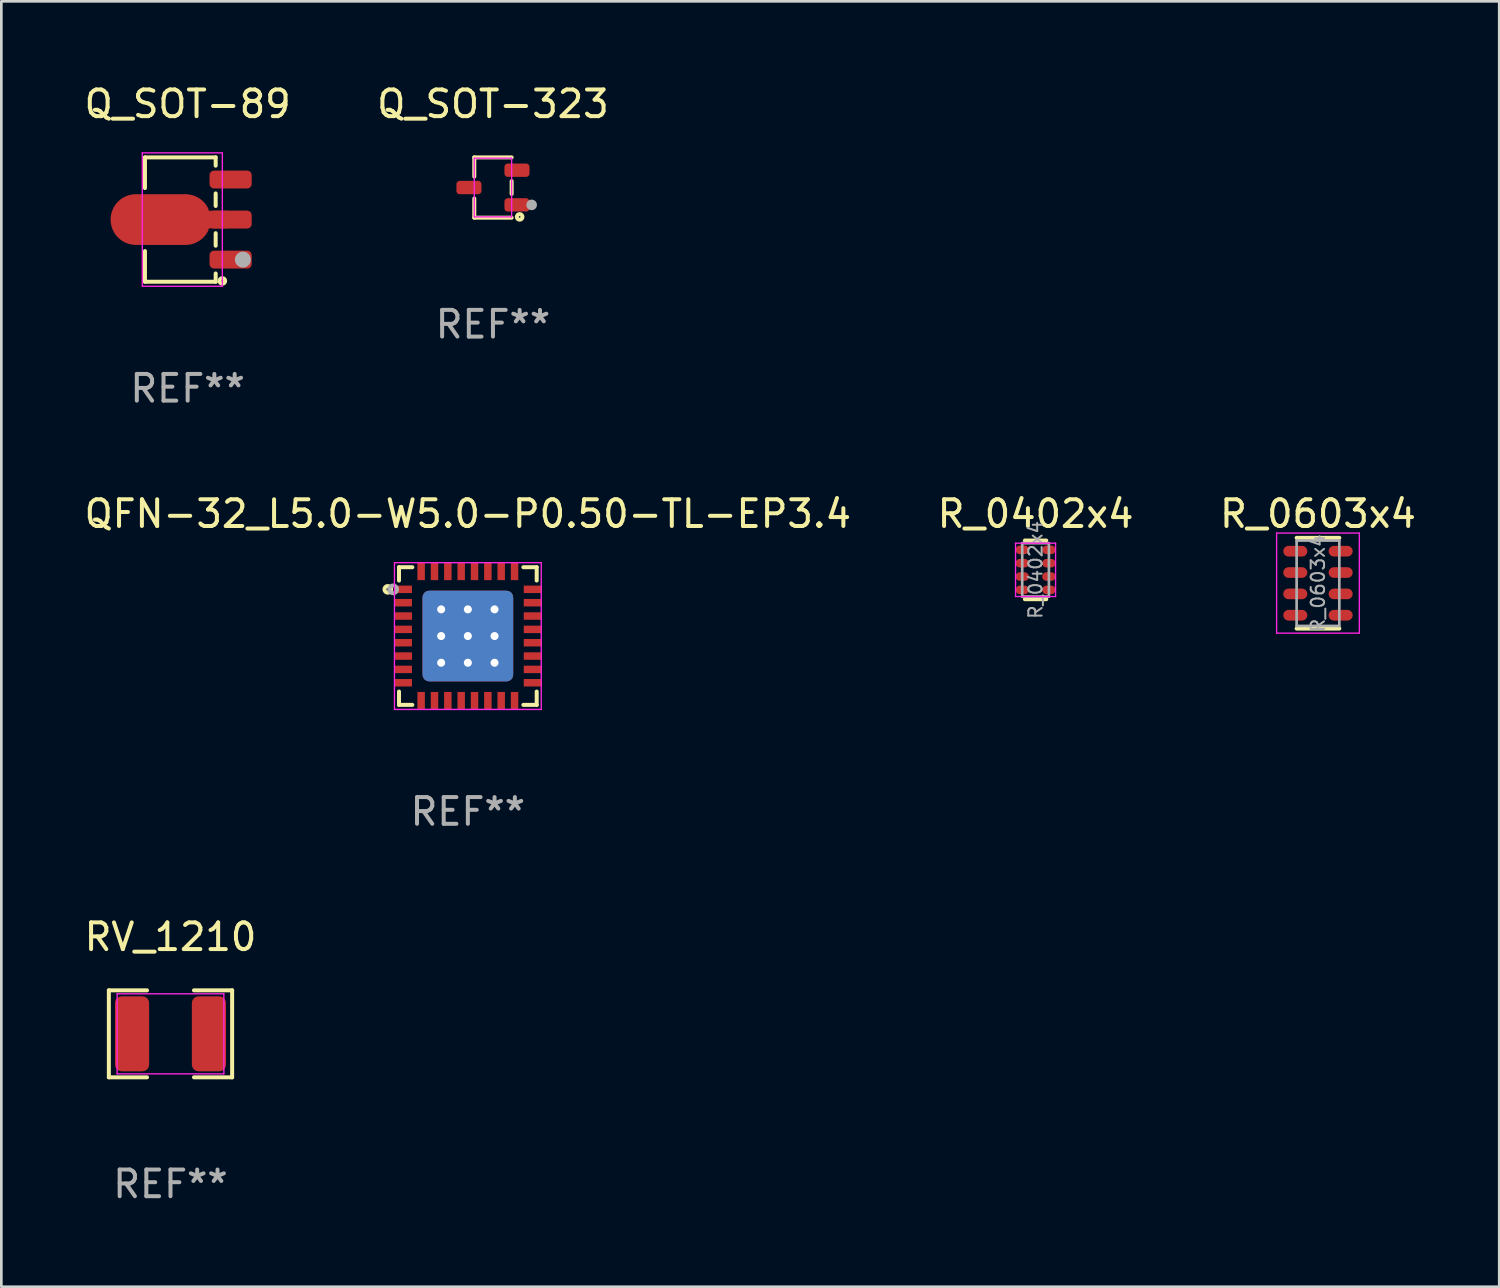
<source format=kicad_pcb>
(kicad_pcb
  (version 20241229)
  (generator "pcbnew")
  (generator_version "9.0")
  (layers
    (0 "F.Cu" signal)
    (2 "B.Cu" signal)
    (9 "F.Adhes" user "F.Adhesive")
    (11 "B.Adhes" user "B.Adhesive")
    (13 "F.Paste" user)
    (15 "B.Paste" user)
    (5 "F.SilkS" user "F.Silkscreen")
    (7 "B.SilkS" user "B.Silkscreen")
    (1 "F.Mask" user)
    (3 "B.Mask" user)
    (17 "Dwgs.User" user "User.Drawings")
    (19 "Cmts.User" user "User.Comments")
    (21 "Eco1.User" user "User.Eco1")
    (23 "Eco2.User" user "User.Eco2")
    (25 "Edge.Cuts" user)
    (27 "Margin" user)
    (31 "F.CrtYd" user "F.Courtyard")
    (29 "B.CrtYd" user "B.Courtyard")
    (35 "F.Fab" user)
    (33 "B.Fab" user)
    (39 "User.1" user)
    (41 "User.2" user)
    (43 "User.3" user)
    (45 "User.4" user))
  (footprint "Q_SOT-323"
    (layer "F.Cu")
    (at 15.423 3.978)
    (property "Reference" "Q_SOT-323" (at 0 -3.13 0) (layer "F.SilkS") (effects (font (size 1 1) (thickness 0.15))))
    (attr smd)
    (fp_line (start -0.7 -1.13) (end -0.7 -0.41) (stroke (width 0.15) (type solid)) (layer "F.SilkS"))
    (fp_line (start -0.7 1.13) (end -0.7 0.41) (stroke (width 0.15) (type solid)) (layer "F.SilkS"))
    (fp_line (start 0.7 -1.13) (end -0.7 -1.13) (stroke (width 0.15) (type solid)) (layer "F.SilkS"))
    (fp_line (start 0.7 -0.24) (end 0.7 0.24) (stroke (width 0.15) (type solid)) (layer "F.SilkS"))
    (fp_line (start 0.7 1.13) (end -0.7 1.13) (stroke (width 0.15) (type solid)) (layer "F.SilkS"))
    (fp_circle (center 1 1.1) (end 1.03 1.1) (stroke (width 0.15) (type solid)) (fill no) (layer "F.SilkS"))
    (fp_line (start -0.7 -1.1) (end 0.7 -1.1) (stroke (width 0.05) (type default)) (layer "F.CrtYd"))
    (fp_line (start -0.7 1.1) (end -0.7 -1.1) (stroke (width 0.05) (type default)) (layer "F.CrtYd"))
    (fp_line (start 0.7 -1.1) (end 0.7 1.1) (stroke (width 0.05) (type default)) (layer "F.CrtYd"))
    (fp_line (start 0.7 1.1) (end -0.7 1.1) (stroke (width 0.05) (type default)) (layer "F.CrtYd"))
    (fp_circle (center 1.45 0.65) (end 1.55 0.65) (stroke (width 0.2) (type solid)) (fill no) (layer "F.Fab"))
    (fp_text user "REF**" (at 0 5.13 0) (layer "F.Fab") (effects (font (size 1 1) (thickness 0.15))))
    (pad "1" smd roundrect (at 0.9 0.65) (size 0.94 0.5) (layers "F.Cu" "F.Mask" "F.Paste") (roundrect_rratio 0.25))
    (pad "2" smd roundrect (at 0.9 -0.65) (size 0.94 0.5) (layers "F.Cu" "F.Mask" "F.Paste") (roundrect_rratio 0.25))
    (pad "3" smd roundrect (at -0.9 0) (size 0.94 0.5) (layers "F.Cu" "F.Mask" "F.Paste") (roundrect_rratio 0.25)))
  (footprint "R_0603x4"
    (layer "F.Cu")
    (at 46.339 18.805)
    (property "Reference" "R_0603x4" (at 0 -2.6 0) (layer "F.SilkS") (effects (font (size 1 1) (thickness 0.15))))
    (attr smd)
    (fp_line (start -0.8 -1.7) (end 0.8 -1.7) (stroke (width 0.15) (type default)) (layer "F.SilkS"))
    (fp_line (start -0.8 1.7) (end 0.8 1.7) (stroke (width 0.15) (type default)) (layer "F.SilkS"))
    (fp_line (start -1.55 -1.88) (end -1.55 1.87) (stroke (width 0.05) (type solid)) (layer "F.CrtYd"))
    (fp_line (start -1.55 -1.88) (end 1.55 -1.88) (stroke (width 0.05) (type solid)) (layer "F.CrtYd"))
    (fp_line (start 1.55 1.87) (end -1.55 1.87) (stroke (width 0.05) (type solid)) (layer "F.CrtYd"))
    (fp_line (start 1.55 1.87) (end 1.55 -1.88) (stroke (width 0.05) (type solid)) (layer "F.CrtYd"))
    (fp_line (start -0.8 -1.6) (end 0.8 -1.6) (stroke (width 0.1) (type solid)) (layer "F.Fab"))
    (fp_line (start -0.8 1.6) (end -0.8 -1.6) (stroke (width 0.1) (type solid)) (layer "F.Fab"))
    (fp_line (start 0.8 -1.6) (end 0.8 1.6) (stroke (width 0.1) (type solid)) (layer "F.Fab"))
    (fp_line (start 0.8 1.6) (end -0.8 1.6) (stroke (width 0.1) (type solid)) (layer "F.Fab"))
    (fp_text user "${REFERENCE}" (at 0 0 90) (layer "F.Fab") (effects (font (size 0.5 0.5) (thickness 0.075))))
    (pad "1" smd oval (at -0.85 -1.2) (size 0.9 0.4) (layers "F.Cu" "F.Mask" "F.Paste"))
    (pad "2" smd oval (at -0.85 -0.4) (size 0.9 0.4) (layers "F.Cu" "F.Mask" "F.Paste"))
    (pad "3" smd oval (at -0.85 0.4) (size 0.9 0.4) (layers "F.Cu" "F.Mask" "F.Paste"))
    (pad "4" smd oval (at -0.85 1.2) (size 0.9 0.4) (layers "F.Cu" "F.Mask" "F.Paste"))
    (pad "5" smd oval (at 0.85 1.2) (size 0.9 0.4) (layers "F.Cu" "F.Mask" "F.Paste"))
    (pad "6" smd oval (at 0.85 0.4) (size 0.9 0.4) (layers "F.Cu" "F.Mask" "F.Paste"))
    (pad "7" smd oval (at 0.85 -0.4) (size 0.9 0.4) (layers "F.Cu" "F.Mask" "F.Paste"))
    (pad "8" smd oval (at 0.85 -1.2) (size 0.9 0.4) (layers "F.Cu" "F.Mask" "F.Paste")))
  (footprint "QFN-32_L5.0-W5.0-P0.50-TL-EP3.4"
    (layer "F.Cu")
    (at 14.482 20.785)
    (property "Reference" "QFN-32_L5.0-W5.0-P0.50-TL-EP3.4" (at 0 -4.58 0) (layer "F.SilkS") (effects (font (size 1 1) (thickness 0.15))))
    (attr smd)
    (fp_line (start -2.58 -2.58) (end -2.58 -2.08) (stroke (width 0.15) (type solid)) (layer "F.SilkS"))
    (fp_line (start -2.58 2.58) (end -2.58 2.08) (stroke (width 0.15) (type solid)) (layer "F.SilkS"))
    (fp_line (start -2.08 -2.58) (end -2.58 -2.58) (stroke (width 0.15) (type solid)) (layer "F.SilkS"))
    (fp_line (start -2.08 2.58) (end -2.58 2.58) (stroke (width 0.15) (type solid)) (layer "F.SilkS"))
    (fp_line (start 2.08 -2.58) (end 2.58 -2.58) (stroke (width 0.15) (type solid)) (layer "F.SilkS"))
    (fp_line (start 2.08 2.58) (end 2.58 2.58) (stroke (width 0.15) (type solid)) (layer "F.SilkS"))
    (fp_line (start 2.58 -2.58) (end 2.58 -2.08) (stroke (width 0.15) (type solid)) (layer "F.SilkS"))
    (fp_line (start 2.58 2.58) (end 2.58 2.08) (stroke (width 0.15) (type solid)) (layer "F.SilkS"))
    (fp_circle (center -3 -1.75) (end -2.95 -1.75) (stroke (width 0.15) (type solid)) (fill no) (layer "F.SilkS"))
    (fp_line (start -2.75 -2.75) (end 2.75 -2.75) (stroke (width 0.05) (type default)) (layer "F.CrtYd"))
    (fp_line (start -2.75 2.75) (end -2.75 -2.75) (stroke (width 0.05) (type default)) (layer "F.CrtYd"))
    (fp_line (start 2.75 -2.75) (end 2.75 2.75) (stroke (width 0.05) (type default)) (layer "F.CrtYd"))
    (fp_line (start 2.75 2.75) (end -2.75 2.75) (stroke (width 0.05) (type default)) (layer "F.CrtYd"))
    (fp_circle (center -2.8 -1.75) (end -2.73 -1.75) (stroke (width 0.15) (type solid)) (fill no) (layer "F.Fab"))
    (fp_text user "REF**" (at 0 6.58 0) (layer "F.Fab") (effects (font (size 1 1) (thickness 0.15))))
    (pad "1" smd rect (at -2.43 -1.75) (size 0.67 0.28) (layers "F.Cu" "F.Mask" "F.Paste"))
    (pad "2" smd rect (at -2.43 -1.25) (size 0.67 0.28) (layers "F.Cu" "F.Mask" "F.Paste"))
    (pad "3" smd rect (at -2.43 -0.75) (size 0.67 0.28) (layers "F.Cu" "F.Mask" "F.Paste"))
    (pad "4" smd rect (at -2.43 -0.25) (size 0.67 0.28) (layers "F.Cu" "F.Mask" "F.Paste"))
    (pad "5" smd rect (at -2.43 0.25) (size 0.67 0.28) (layers "F.Cu" "F.Mask" "F.Paste"))
    (pad "6" smd rect (at -2.43 0.75) (size 0.67 0.28) (layers "F.Cu" "F.Mask" "F.Paste"))
    (pad "7" smd rect (at -2.43 1.25) (size 0.67 0.28) (layers "F.Cu" "F.Mask" "F.Paste"))
    (pad "8" smd rect (at -2.43 1.75) (size 0.67 0.28) (layers "F.Cu" "F.Mask" "F.Paste"))
    (pad "9" smd rect (at -1.75 2.43) (size 0.28 0.67) (layers "F.Cu" "F.Mask" "F.Paste"))
    (pad "10" smd rect (at -1.25 2.43) (size 0.28 0.67) (layers "F.Cu" "F.Mask" "F.Paste"))
    (pad "11" smd rect (at -0.75 2.43) (size 0.28 0.67) (layers "F.Cu" "F.Mask" "F.Paste"))
    (pad "12" smd rect (at -0.25 2.43) (size 0.28 0.67) (layers "F.Cu" "F.Mask" "F.Paste"))
    (pad "13" smd rect (at 0.25 2.43) (size 0.28 0.67) (layers "F.Cu" "F.Mask" "F.Paste"))
    (pad "14" smd rect (at 0.75 2.43) (size 0.28 0.67) (layers "F.Cu" "F.Mask" "F.Paste"))
    (pad "15" smd rect (at 1.25 2.43) (size 0.28 0.67) (layers "F.Cu" "F.Mask" "F.Paste"))
    (pad "16" smd rect (at 1.75 2.43) (size 0.28 0.67) (layers "F.Cu" "F.Mask" "F.Paste"))
    (pad "17" smd rect (at 2.43 1.75) (size 0.67 0.28) (layers "F.Cu" "F.Mask" "F.Paste"))
    (pad "18" smd rect (at 2.43 1.25) (size 0.67 0.28) (layers "F.Cu" "F.Mask" "F.Paste"))
    (pad "19" smd rect (at 2.43 0.75) (size 0.67 0.28) (layers "F.Cu" "F.Mask" "F.Paste"))
    (pad "20" smd rect (at 2.43 0.25) (size 0.67 0.28) (layers "F.Cu" "F.Mask" "F.Paste"))
    (pad "21" smd rect (at 2.43 -0.25) (size 0.67 0.28) (layers "F.Cu" "F.Mask" "F.Paste"))
    (pad "22" smd rect (at 2.43 -0.75) (size 0.67 0.28) (layers "F.Cu" "F.Mask" "F.Paste"))
    (pad "23" smd rect (at 2.43 -1.25) (size 0.67 0.28) (layers "F.Cu" "F.Mask" "F.Paste"))
    (pad "24" smd rect (at 2.43 -1.75) (size 0.67 0.28) (layers "F.Cu" "F.Mask" "F.Paste"))
    (pad "25" smd rect (at 1.75 -2.43) (size 0.28 0.67) (layers "F.Cu" "F.Mask" "F.Paste"))
    (pad "26" smd rect (at 1.25 -2.43) (size 0.28 0.67) (layers "F.Cu" "F.Mask" "F.Paste"))
    (pad "27" smd rect (at 0.75 -2.43) (size 0.28 0.67) (layers "F.Cu" "F.Mask" "F.Paste"))
    (pad "28" smd rect (at 0.25 -2.43) (size 0.28 0.67) (layers "F.Cu" "F.Mask" "F.Paste"))
    (pad "29" smd rect (at -0.25 -2.43) (size 0.28 0.67) (layers "F.Cu" "F.Mask" "F.Paste"))
    (pad "30" smd rect (at -0.75 -2.43) (size 0.28 0.67) (layers "F.Cu" "F.Mask" "F.Paste"))
    (pad "31" smd rect (at -1.25 -2.43) (size 0.28 0.67) (layers "F.Cu" "F.Mask" "F.Paste"))
    (pad "32" smd rect (at -1.75 -2.43) (size 0.28 0.67) (layers "F.Cu" "F.Mask" "F.Paste"))
    (pad "33" thru_hole circle (at -1 -1) (size 0.5 0.5) (drill 0.3) (layers "*.Cu" "F.Mask"))
    (pad "33" thru_hole circle (at -1 0) (size 0.5 0.5) (drill 0.3) (layers "*.Cu" "F.Mask"))
    (pad "33" thru_hole circle (at -1 1) (size 0.5 0.5) (drill 0.3) (layers "*.Cu" "F.Mask"))
    (pad "33" thru_hole circle (at 0 -1) (size 0.5 0.5) (drill 0.3) (layers "*.Cu" "F.Mask"))
    (pad "33" thru_hole circle (at 0 0) (size 0.5 0.5) (drill 0.3) (layers "*.Cu" "F.Mask"))
    (pad "33" smd roundrect (at 0 0) (size 3.4 3.4) (layers "F.Cu" "F.Mask" "F.Paste") (roundrect_rratio 0.074))
    (pad "33" smd roundrect (at 0 0) (size 3.4 3.4) (layers "B.Cu") (roundrect_rratio 0.074))
    (pad "33" thru_hole circle (at 0 1) (size 0.5 0.5) (drill 0.3) (layers "*.Cu" "F.Mask"))
    (pad "33" thru_hole circle (at 1 -1) (size 0.5 0.5) (drill 0.3) (layers "*.Cu" "F.Mask"))
    (pad "33" thru_hole circle (at 1 0) (size 0.5 0.5) (drill 0.3) (layers "*.Cu" "F.Mask"))
    (pad "33" thru_hole circle (at 1 1) (size 0.5 0.5) (drill 0.3) (layers "*.Cu" "F.Mask")))
  (footprint "R_0402x4"
    (layer "F.Cu")
    (at 35.756 18.305)
    (property "Reference" "R_0402x4" (at 0 -2.1 0) (layer "F.SilkS") (effects (font (size 1 1) (thickness 0.15))))
    (attr smd)
    (fp_line (start -0.4 -1.1) (end 0.4 -1.1) (stroke (width 0.15) (type default)) (layer "F.SilkS"))
    (fp_line (start -0.4 1.1) (end 0.4 1.1) (stroke (width 0.15) (type default)) (layer "F.SilkS"))
    (fp_line (start -0.75 -1) (end -0.75 1) (stroke (width 0.05) (type solid)) (layer "F.CrtYd"))
    (fp_line (start -0.75 -1) (end 0.75 -1) (stroke (width 0.05) (type solid)) (layer "F.CrtYd"))
    (fp_line (start 0.75 1) (end -0.75 1) (stroke (width 0.05) (type solid)) (layer "F.CrtYd"))
    (fp_line (start 0.75 1) (end 0.75 -1) (stroke (width 0.05) (type solid)) (layer "F.CrtYd"))
    (fp_line (start -0.5 -1) (end 0.5 -1) (stroke (width 0.1) (type solid)) (layer "F.Fab"))
    (fp_line (start -0.5 1) (end -0.5 -1) (stroke (width 0.1) (type solid)) (layer "F.Fab"))
    (fp_line (start 0.5 -1) (end 0.5 1) (stroke (width 0.1) (type solid)) (layer "F.Fab"))
    (fp_line (start 0.5 1) (end -0.5 1) (stroke (width 0.1) (type solid)) (layer "F.Fab"))
    (fp_text user "${REFERENCE}" (at 0 0 90) (layer "F.Fab") (effects (font (size 0.5 0.5) (thickness 0.075))))
    (pad "1" smd oval (at -0.5 -0.75) (size 0.5 0.32) (layers "F.Cu" "F.Mask" "F.Paste"))
    (pad "2" smd oval (at -0.5 -0.25) (size 0.5 0.32) (layers "F.Cu" "F.Mask" "F.Paste"))
    (pad "3" smd oval (at -0.5 0.25) (size 0.5 0.32) (layers "F.Cu" "F.Mask" "F.Paste"))
    (pad "4" smd oval (at -0.5 0.75) (size 0.5 0.32) (layers "F.Cu" "F.Mask" "F.Paste"))
    (pad "5" smd oval (at 0.5 0.75) (size 0.5 0.32) (layers "F.Cu" "F.Mask" "F.Paste"))
    (pad "6" smd oval (at 0.5 0.25) (size 0.5 0.32) (layers "F.Cu" "F.Mask" "F.Paste"))
    (pad "7" smd oval (at 0.5 -0.25) (size 0.5 0.32) (layers "F.Cu" "F.Mask" "F.Paste"))
    (pad "8" smd oval (at 0.5 -0.75) (size 0.5 0.32) (layers "F.Cu" "F.Mask" "F.Paste")))
  (footprint "Q_SOT-89"
    (layer "F.Cu")
    (at 4.282 5.178)
    (property "Reference" "Q_SOT-89" (at -0.3 -4.33 0) (layer "F.SilkS") (effects (font (size 1 1) (thickness 0.15))))
    (attr smd)
    (fp_line (start -1.9 -2.33) (end -1.9 -1.18) (stroke (width 0.15) (type solid)) (layer "F.SilkS"))
    (fp_line (start -1.9 2.33) (end -1.9 1.18) (stroke (width 0.15) (type solid)) (layer "F.SilkS"))
    (fp_line (start 0.75 -2.33) (end -1.9 -2.33) (stroke (width 0.15) (type solid)) (layer "F.SilkS"))
    (fp_line (start 0.75 -2.33) (end 0.75 -2.02) (stroke (width 0.15) (type solid)) (layer "F.SilkS"))
    (fp_line (start 0.75 -0.98) (end 0.75 -0.51) (stroke (width 0.15) (type solid)) (layer "F.SilkS"))
    (fp_line (start 0.75 0.51) (end 0.75 0.98) (stroke (width 0.15) (type solid)) (layer "F.SilkS"))
    (fp_line (start 0.75 2.02) (end 0.75 2.33) (stroke (width 0.15) (type solid)) (layer "F.SilkS"))
    (fp_line (start 0.75 2.33) (end -1.9 2.33) (stroke (width 0.15) (type solid)) (layer "F.SilkS"))
    (fp_circle (center 1 2.3) (end 1.03 2.3) (stroke (width 0.15) (type solid)) (fill no) (layer "F.SilkS"))
    (fp_line (start -2 -2.5) (end 1 -2.5) (stroke (width 0.05) (type default)) (layer "F.CrtYd"))
    (fp_line (start -2 2.5) (end -2 -2.5) (stroke (width 0.05) (type default)) (layer "F.CrtYd"))
    (fp_line (start 1 -2.5) (end 1 2.5) (stroke (width 0.05) (type default)) (layer "F.CrtYd"))
    (fp_line (start 1 2.5) (end -2 2.5) (stroke (width 0.05) (type default)) (layer "F.CrtYd"))
    (fp_circle (center 1.77 1.5) (end 1.92 1.5) (stroke (width 0.3) (type solid)) (fill no) (layer "F.Fab"))
    (fp_text user "REF**" (at -0.3 6.33 0) (layer "F.Fab") (effects (font (size 1 1) (thickness 0.15))))
    (pad "1" smd roundrect (at 1.31 1.5) (size 1.58 0.67) (layers "F.Cu" "F.Mask" "F.Paste") (roundrect_rratio 0.25))
    (pad "2" smd custom (at -1.31 0) (size 0.1 0.1) (layers "F.Cu" "F.Mask" "F.Paste") (options (anchor circle)) (primitives (gr_poly (pts (xy -0.927 -0.95) (xy 0.927 -0.95) (xy 0.972 -0.949) (xy 1.016 -0.946) (xy 1.06 -0.941) (xy 1.104 -0.933) (xy 1.148 -0.924) (xy 1.191 -0.913) (xy 1.233 -0.899) (xy 1.275 -0.884) (xy 1.316 -0.867) (xy 1.356 -0.847) (xy 1.396 -0.826) (xy 1.434 -0.803) (xy 1.471 -0.779) (xy 1.507 -0.753) (xy 1.542 -0.725) (xy 1.575 -0.695) (xy 1.607 -0.664) (xy 1.637 -0.631) (xy 1.666 -0.597) (xy 1.693 -0.562) (xy 1.719 -0.525) (xy 1.742 -0.488) (xy 1.764 -0.449) (xy 1.784 -0.409) (xy 1.803 -0.33) (xy 2.5 -0.33) (xy 2.5 0.33) (xy 1.803 0.33) (xy 1.784 0.409) (xy 1.764 0.449) (xy 1.742 0.488) (xy 1.719 0.526) (xy 1.693 0.562) (xy 1.666 0.597) (xy 1.637 0.631) (xy 1.607 0.664) (xy 1.575 0.695) (xy 1.542 0.725) (xy 1.507 0.753) (xy 1.471 0.779) (xy 1.434 0.804) (xy 1.396 0.826) (xy 1.356 0.848) (xy 1.316 0.867) (xy 1.275 0.884) (xy 1.233 0.899) (xy 1.191 0.913) (xy 1.148 0.924) (xy 1.104 0.933) (xy 1.06 0.941) (xy 1.016 0.946) (xy 0.972 0.949) (xy 0.927 0.95) (xy -0.927 0.95) (xy -0.972 0.949) (xy -1.016 0.946) (xy -1.06 0.941) (xy -1.104 0.933) (xy -1.148 0.924) (xy -1.191 0.913) (xy -1.233 0.899) (xy -1.275 0.884) (xy -1.316 0.867) (xy -1.356 0.848) (xy -1.396 0.826) (xy -1.434 0.804) (xy -1.471 0.779) (xy -1.507 0.753) (xy -1.542 0.725) (xy -1.575 0.695) (xy -1.607 0.664) (xy -1.637 0.631) (xy -1.666 0.597) (xy -1.693 0.562) (xy -1.719 0.526) (xy -1.742 0.488) (xy -1.764 0.449) (xy -1.784 0.409) (xy -1.803 0.369) (xy -1.819 0.327) (xy -1.833 0.285) (xy -1.846 0.242) (xy -1.856 0.199) (xy -1.864 0.155) (xy -1.871 0.111) (xy -1.875 0.067) (xy -1.877 0.022) (xy -1.877 -0.022) (xy -1.875 -0.067) (xy -1.871 -0.111) (xy -1.864 -0.155) (xy -1.856 -0.199) (xy -1.846 -0.242) (xy -1.833 -0.285) (xy -1.819 -0.327) (xy -1.803 -0.369) (xy -1.784 -0.409) (xy -1.764 -0.449) (xy -1.742 -0.488) (xy -1.719 -0.525) (xy -1.693 -0.562) (xy -1.666 -0.597) (xy -1.637 -0.631) (xy -1.607 -0.664) (xy -1.575 -0.695) (xy -1.542 -0.725) (xy -1.507 -0.753) (xy -1.471 -0.779) (xy -1.434 -0.803) (xy -1.396 -0.826) (xy -1.356 -0.847) (xy -1.316 -0.867) (xy -1.275 -0.884) (xy -1.233 -0.899) (xy -1.191 -0.913) (xy -1.148 -0.924) (xy -1.104 -0.933) (xy -1.06 -0.941) (xy -1.016 -0.946) (xy -0.972 -0.949) (xy -0.927 -0.95)) (width 0) (fill yes))))
    (pad "2" smd roundrect (at 1.31 0) (size 1.58 0.67) (layers "F.Cu" "F.Mask" "F.Paste") (roundrect_rratio 0.25))
    (pad "3" smd roundrect (at 1.31 -1.5) (size 1.58 0.67) (layers "F.Cu" "F.Mask" "F.Paste") (roundrect_rratio 0.25)))
  (footprint "RV_1210"
    (layer "F.Cu")
    (at 3.339 35.691)
    (property "Reference" "RV_1210" (at 0 -3.63 0) (layer "F.SilkS") (effects (font (size 1 1) (thickness 0.15))))
    (attr smd)
    (fp_line (start -2.31 -1.63) (end -0.88 -1.63) (stroke (width 0.15) (type solid)) (layer "F.SilkS"))
    (fp_line (start -2.31 1.63) (end -2.31 -1.63) (stroke (width 0.15) (type solid)) (layer "F.SilkS"))
    (fp_line (start -0.88 1.63) (end -2.31 1.63) (stroke (width 0.15) (type solid)) (layer "F.SilkS"))
    (fp_line (start 0.88 1.63) (end 2.31 1.63) (stroke (width 0.15) (type solid)) (layer "F.SilkS"))
    (fp_line (start 2.31 -1.63) (end 0.88 -1.63) (stroke (width 0.15) (type solid)) (layer "F.SilkS"))
    (fp_line (start 2.31 1.63) (end 2.31 -1.63) (stroke (width 0.15) (type solid)) (layer "F.SilkS"))
    (fp_line (start -2 -1.5) (end 2 -1.5) (stroke (width 0.05) (type default)) (layer "F.CrtYd"))
    (fp_line (start -2 1.5) (end -2 -1.5) (stroke (width 0.05) (type default)) (layer "F.CrtYd"))
    (fp_line (start 2 -1.5) (end 2 1.5) (stroke (width 0.05) (type default)) (layer "F.CrtYd"))
    (fp_line (start 2 1.5) (end -2 1.5) (stroke (width 0.05) (type default)) (layer "F.CrtYd"))
    (fp_text user "REF**" (at 0 5.63 0) (layer "F.Fab") (effects (font (size 1 1) (thickness 0.15))))
    (pad "1" smd roundrect (at -1.44 0) (size 1.28 2.81) (layers "F.Cu" "F.Mask" "F.Paste") (roundrect_rratio 0.195))
    (pad "2" smd roundrect (at 1.44 0) (size 1.28 2.81) (layers "F.Cu" "F.Mask" "F.Paste") (roundrect_rratio 0.195)))
  (gr_rect
    (start -3 -3)
    (end 53.131 45.169)
    (stroke (width 0.1) (type default))
    (fill no)
    (layer "Edge.Cuts")))
</source>
